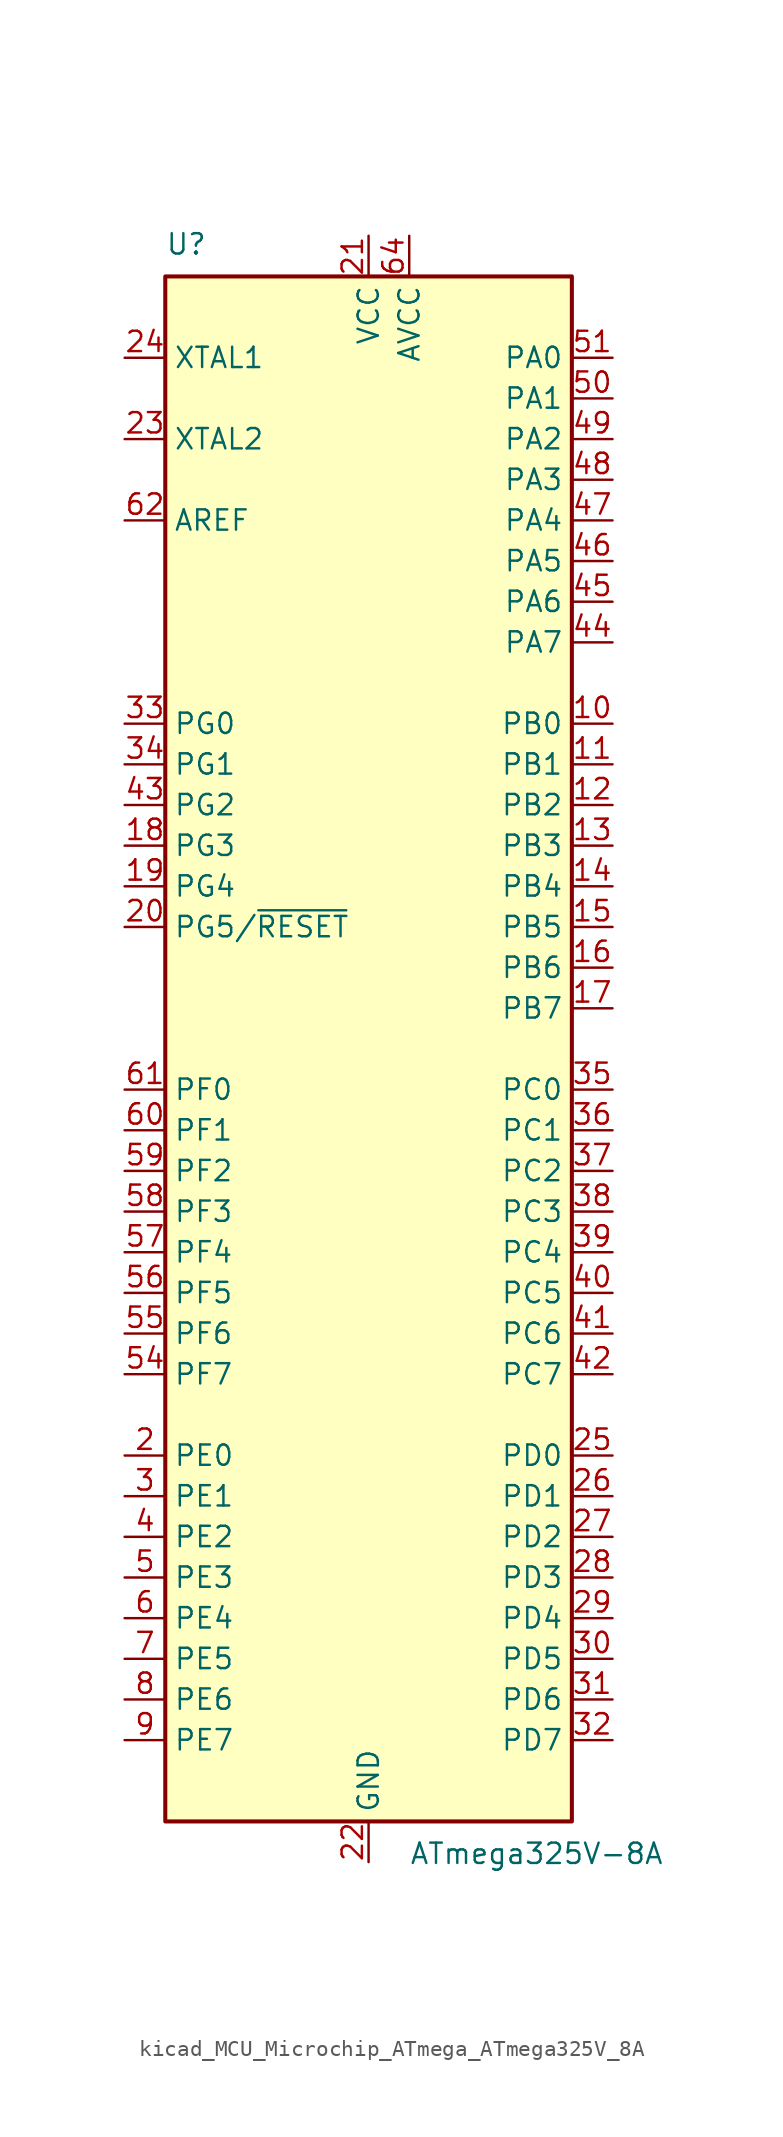
<source format=kicad_sym>
(kicad_symbol_lib
  (version 20220914)
  (generator kicad_symbol_editor)
  (symbol "kicad_MCU_Microchip_ATmega_ATmega325V_8A"
    (property "Reference" "U"
      (at -12.7 49.53 0)
      (effects (font (size 1.27 1.27)) (justify left bottom)))
    (property "Value" "ATmega325V-8A"
      (at 2.54 -49.53 0)
      (effects (font (size 1.27 1.27)) (justify left top)))
    (symbol "kicad_MCU_Microchip_ATmega_ATmega325V_8A_0_1"
      (rectangle (start -12.7 -48.26) (end 12.7 48.26) (stroke (width 0.254) (type default)) (fill (type background))))
    (symbol "kicad_MCU_Microchip_ATmega_ATmega325V_8A_1_1"
      (pin no_connect line (at -12.7 -45.72 0) (length 2.54) hide (name "NC" (effects (font (size 1.27 1.27)))) (number "1" (effects (font (size 1.27 1.27)))))
      (pin bidirectional line (at 15.24 20.32 180) (length 2.54) (name "PB0" (effects (font (size 1.27 1.27)))) (number "10" (effects (font (size 1.27 1.27)))))
      (pin bidirectional line (at 15.24 17.78 180) (length 2.54) (name "PB1" (effects (font (size 1.27 1.27)))) (number "11" (effects (font (size 1.27 1.27)))))
      (pin bidirectional line (at 15.24 15.24 180) (length 2.54) (name "PB2" (effects (font (size 1.27 1.27)))) (number "12" (effects (font (size 1.27 1.27)))))
      (pin bidirectional line (at 15.24 12.7 180) (length 2.54) (name "PB3" (effects (font (size 1.27 1.27)))) (number "13" (effects (font (size 1.27 1.27)))))
      (pin bidirectional line (at 15.24 10.16 180) (length 2.54) (name "PB4" (effects (font (size 1.27 1.27)))) (number "14" (effects (font (size 1.27 1.27)))))
      (pin bidirectional line (at 15.24 7.62 180) (length 2.54) (name "PB5" (effects (font (size 1.27 1.27)))) (number "15" (effects (font (size 1.27 1.27)))))
      (pin bidirectional line (at 15.24 5.08 180) (length 2.54) (name "PB6" (effects (font (size 1.27 1.27)))) (number "16" (effects (font (size 1.27 1.27)))))
      (pin bidirectional line (at 15.24 2.54 180) (length 2.54) (name "PB7" (effects (font (size 1.27 1.27)))) (number "17" (effects (font (size 1.27 1.27)))))
      (pin bidirectional line (at -15.24 12.7 0) (length 2.54) (name "PG3" (effects (font (size 1.27 1.27)))) (number "18" (effects (font (size 1.27 1.27)))))
      (pin bidirectional line (at -15.24 10.16 0) (length 2.54) (name "PG4" (effects (font (size 1.27 1.27)))) (number "19" (effects (font (size 1.27 1.27)))))
      (pin bidirectional line (at -15.24 -25.4 0) (length 2.54) (name "PE0" (effects (font (size 1.27 1.27)))) (number "2" (effects (font (size 1.27 1.27)))))
      (pin bidirectional line (at -15.24 7.62 0) (length 2.54) (name "PG5/~{RESET}" (effects (font (size 1.27 1.27)))) (number "20" (effects (font (size 1.27 1.27)))))
      (pin power_in line (at 0 50.8 270) (length 2.54) (name "VCC" (effects (font (size 1.27 1.27)))) (number "21" (effects (font (size 1.27 1.27)))))
      (pin power_in line (at 0 -50.8 90) (length 2.54) (name "GND" (effects (font (size 1.27 1.27)))) (number "22" (effects (font (size 1.27 1.27)))))
      (pin output line (at -15.24 38.1 0) (length 2.54) (name "XTAL2" (effects (font (size 1.27 1.27)))) (number "23" (effects (font (size 1.27 1.27)))))
      (pin input line (at -15.24 43.18 0) (length 2.54) (name "XTAL1" (effects (font (size 1.27 1.27)))) (number "24" (effects (font (size 1.27 1.27)))))
      (pin bidirectional line (at 15.24 -25.4 180) (length 2.54) (name "PD0" (effects (font (size 1.27 1.27)))) (number "25" (effects (font (size 1.27 1.27)))))
      (pin bidirectional line (at 15.24 -27.94 180) (length 2.54) (name "PD1" (effects (font (size 1.27 1.27)))) (number "26" (effects (font (size 1.27 1.27)))))
      (pin bidirectional line (at 15.24 -30.48 180) (length 2.54) (name "PD2" (effects (font (size 1.27 1.27)))) (number "27" (effects (font (size 1.27 1.27)))))
      (pin bidirectional line (at 15.24 -33.02 180) (length 2.54) (name "PD3" (effects (font (size 1.27 1.27)))) (number "28" (effects (font (size 1.27 1.27)))))
      (pin bidirectional line (at 15.24 -35.56 180) (length 2.54) (name "PD4" (effects (font (size 1.27 1.27)))) (number "29" (effects (font (size 1.27 1.27)))))
      (pin bidirectional line (at -15.24 -27.94 0) (length 2.54) (name "PE1" (effects (font (size 1.27 1.27)))) (number "3" (effects (font (size 1.27 1.27)))))
      (pin bidirectional line (at 15.24 -38.1 180) (length 2.54) (name "PD5" (effects (font (size 1.27 1.27)))) (number "30" (effects (font (size 1.27 1.27)))))
      (pin bidirectional line (at 15.24 -40.64 180) (length 2.54) (name "PD6" (effects (font (size 1.27 1.27)))) (number "31" (effects (font (size 1.27 1.27)))))
      (pin bidirectional line (at 15.24 -43.18 180) (length 2.54) (name "PD7" (effects (font (size 1.27 1.27)))) (number "32" (effects (font (size 1.27 1.27)))))
      (pin bidirectional line (at -15.24 20.32 0) (length 2.54) (name "PG0" (effects (font (size 1.27 1.27)))) (number "33" (effects (font (size 1.27 1.27)))))
      (pin bidirectional line (at -15.24 17.78 0) (length 2.54) (name "PG1" (effects (font (size 1.27 1.27)))) (number "34" (effects (font (size 1.27 1.27)))))
      (pin bidirectional line (at 15.24 -2.54 180) (length 2.54) (name "PC0" (effects (font (size 1.27 1.27)))) (number "35" (effects (font (size 1.27 1.27)))))
      (pin bidirectional line (at 15.24 -5.08 180) (length 2.54) (name "PC1" (effects (font (size 1.27 1.27)))) (number "36" (effects (font (size 1.27 1.27)))))
      (pin bidirectional line (at 15.24 -7.62 180) (length 2.54) (name "PC2" (effects (font (size 1.27 1.27)))) (number "37" (effects (font (size 1.27 1.27)))))
      (pin bidirectional line (at 15.24 -10.16 180) (length 2.54) (name "PC3" (effects (font (size 1.27 1.27)))) (number "38" (effects (font (size 1.27 1.27)))))
      (pin bidirectional line (at 15.24 -12.7 180) (length 2.54) (name "PC4" (effects (font (size 1.27 1.27)))) (number "39" (effects (font (size 1.27 1.27)))))
      (pin bidirectional line (at -15.24 -30.48 0) (length 2.54) (name "PE2" (effects (font (size 1.27 1.27)))) (number "4" (effects (font (size 1.27 1.27)))))
      (pin bidirectional line (at 15.24 -15.24 180) (length 2.54) (name "PC5" (effects (font (size 1.27 1.27)))) (number "40" (effects (font (size 1.27 1.27)))))
      (pin bidirectional line (at 15.24 -17.78 180) (length 2.54) (name "PC6" (effects (font (size 1.27 1.27)))) (number "41" (effects (font (size 1.27 1.27)))))
      (pin bidirectional line (at 15.24 -20.32 180) (length 2.54) (name "PC7" (effects (font (size 1.27 1.27)))) (number "42" (effects (font (size 1.27 1.27)))))
      (pin bidirectional line (at -15.24 15.24 0) (length 2.54) (name "PG2" (effects (font (size 1.27 1.27)))) (number "43" (effects (font (size 1.27 1.27)))))
      (pin bidirectional line (at 15.24 25.4 180) (length 2.54) (name "PA7" (effects (font (size 1.27 1.27)))) (number "44" (effects (font (size 1.27 1.27)))))
      (pin bidirectional line (at 15.24 27.94 180) (length 2.54) (name "PA6" (effects (font (size 1.27 1.27)))) (number "45" (effects (font (size 1.27 1.27)))))
      (pin bidirectional line (at 15.24 30.48 180) (length 2.54) (name "PA5" (effects (font (size 1.27 1.27)))) (number "46" (effects (font (size 1.27 1.27)))))
      (pin bidirectional line (at 15.24 33.02 180) (length 2.54) (name "PA4" (effects (font (size 1.27 1.27)))) (number "47" (effects (font (size 1.27 1.27)))))
      (pin bidirectional line (at 15.24 35.56 180) (length 2.54) (name "PA3" (effects (font (size 1.27 1.27)))) (number "48" (effects (font (size 1.27 1.27)))))
      (pin bidirectional line (at 15.24 38.1 180) (length 2.54) (name "PA2" (effects (font (size 1.27 1.27)))) (number "49" (effects (font (size 1.27 1.27)))))
      (pin bidirectional line (at -15.24 -33.02 0) (length 2.54) (name "PE3" (effects (font (size 1.27 1.27)))) (number "5" (effects (font (size 1.27 1.27)))))
      (pin bidirectional line (at 15.24 40.64 180) (length 2.54) (name "PA1" (effects (font (size 1.27 1.27)))) (number "50" (effects (font (size 1.27 1.27)))))
      (pin bidirectional line (at 15.24 43.18 180) (length 2.54) (name "PA0" (effects (font (size 1.27 1.27)))) (number "51" (effects (font (size 1.27 1.27)))))
      (pin passive line (at 0 50.8 270) (length 2.54) hide (name "VCC" (effects (font (size 1.27 1.27)))) (number "52" (effects (font (size 1.27 1.27)))))
      (pin passive line (at 0 -50.8 90) (length 2.54) hide (name "GND" (effects (font (size 1.27 1.27)))) (number "53" (effects (font (size 1.27 1.27)))))
      (pin bidirectional line (at -15.24 -20.32 0) (length 2.54) (name "PF7" (effects (font (size 1.27 1.27)))) (number "54" (effects (font (size 1.27 1.27)))))
      (pin bidirectional line (at -15.24 -17.78 0) (length 2.54) (name "PF6" (effects (font (size 1.27 1.27)))) (number "55" (effects (font (size 1.27 1.27)))))
      (pin bidirectional line (at -15.24 -15.24 0) (length 2.54) (name "PF5" (effects (font (size 1.27 1.27)))) (number "56" (effects (font (size 1.27 1.27)))))
      (pin bidirectional line (at -15.24 -12.7 0) (length 2.54) (name "PF4" (effects (font (size 1.27 1.27)))) (number "57" (effects (font (size 1.27 1.27)))))
      (pin bidirectional line (at -15.24 -10.16 0) (length 2.54) (name "PF3" (effects (font (size 1.27 1.27)))) (number "58" (effects (font (size 1.27 1.27)))))
      (pin bidirectional line (at -15.24 -7.62 0) (length 2.54) (name "PF2" (effects (font (size 1.27 1.27)))) (number "59" (effects (font (size 1.27 1.27)))))
      (pin bidirectional line (at -15.24 -35.56 0) (length 2.54) (name "PE4" (effects (font (size 1.27 1.27)))) (number "6" (effects (font (size 1.27 1.27)))))
      (pin bidirectional line (at -15.24 -5.08 0) (length 2.54) (name "PF1" (effects (font (size 1.27 1.27)))) (number "60" (effects (font (size 1.27 1.27)))))
      (pin bidirectional line (at -15.24 -2.54 0) (length 2.54) (name "PF0" (effects (font (size 1.27 1.27)))) (number "61" (effects (font (size 1.27 1.27)))))
      (pin passive line (at -15.24 33.02 0) (length 2.54) (name "AREF" (effects (font (size 1.27 1.27)))) (number "62" (effects (font (size 1.27 1.27)))))
      (pin passive line (at 0 -50.8 90) (length 2.54) hide (name "GND" (effects (font (size 1.27 1.27)))) (number "63" (effects (font (size 1.27 1.27)))))
      (pin power_in line (at 2.54 50.8 270) (length 2.54) (name "AVCC" (effects (font (size 1.27 1.27)))) (number "64" (effects (font (size 1.27 1.27)))))
      (pin bidirectional line (at -15.24 -38.1 0) (length 2.54) (name "PE5" (effects (font (size 1.27 1.27)))) (number "7" (effects (font (size 1.27 1.27)))))
      (pin bidirectional line (at -15.24 -40.64 0) (length 2.54) (name "PE6" (effects (font (size 1.27 1.27)))) (number "8" (effects (font (size 1.27 1.27)))))
      (pin bidirectional line (at -15.24 -43.18 0) (length 2.54) (name "PE7" (effects (font (size 1.27 1.27)))) (number "9" (effects (font (size 1.27 1.27))))))))
</source>
